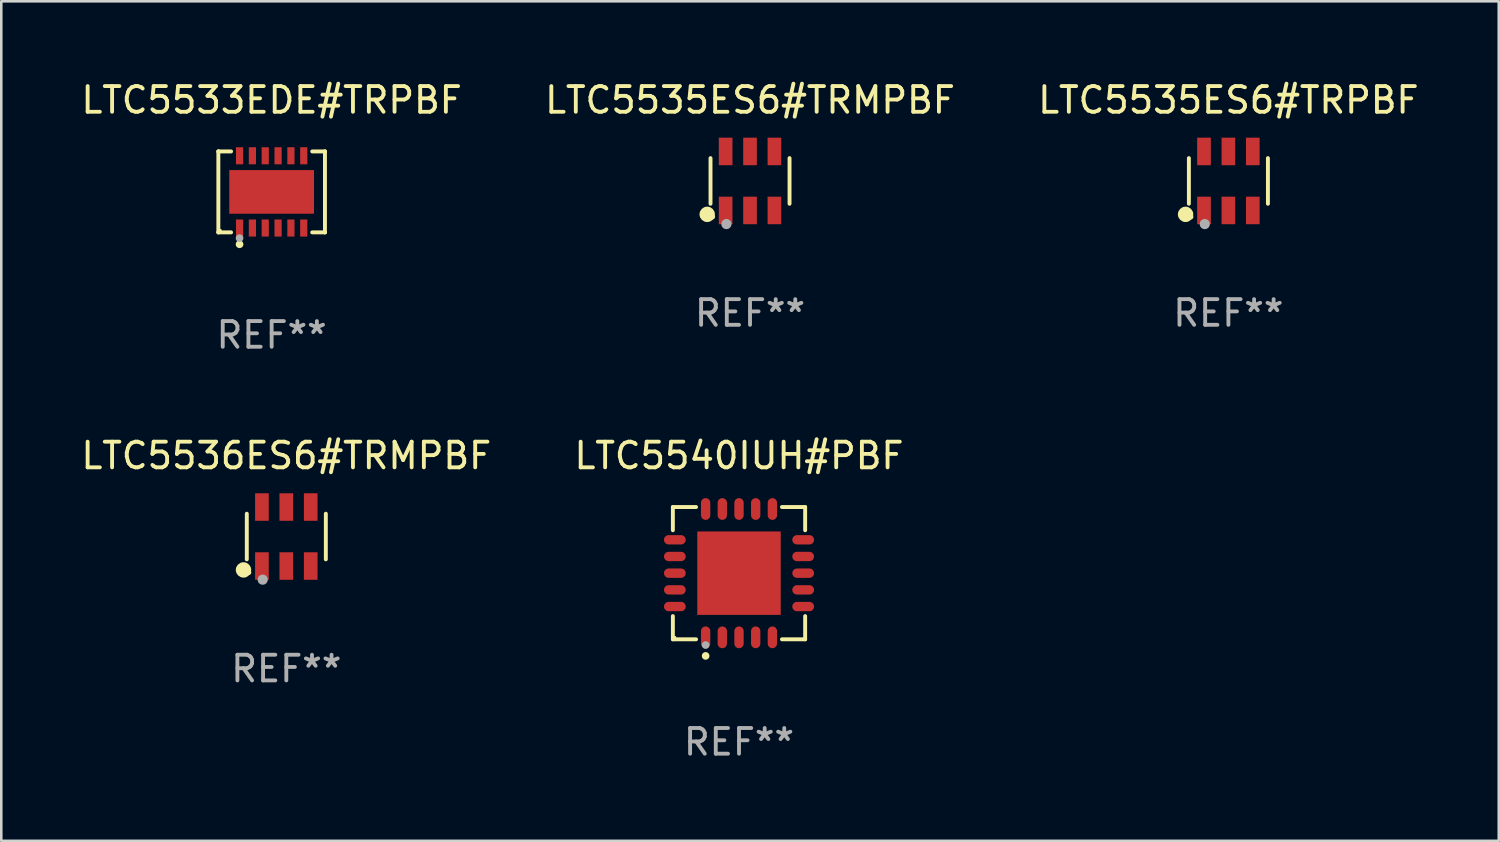
<source format=kicad_pcb>
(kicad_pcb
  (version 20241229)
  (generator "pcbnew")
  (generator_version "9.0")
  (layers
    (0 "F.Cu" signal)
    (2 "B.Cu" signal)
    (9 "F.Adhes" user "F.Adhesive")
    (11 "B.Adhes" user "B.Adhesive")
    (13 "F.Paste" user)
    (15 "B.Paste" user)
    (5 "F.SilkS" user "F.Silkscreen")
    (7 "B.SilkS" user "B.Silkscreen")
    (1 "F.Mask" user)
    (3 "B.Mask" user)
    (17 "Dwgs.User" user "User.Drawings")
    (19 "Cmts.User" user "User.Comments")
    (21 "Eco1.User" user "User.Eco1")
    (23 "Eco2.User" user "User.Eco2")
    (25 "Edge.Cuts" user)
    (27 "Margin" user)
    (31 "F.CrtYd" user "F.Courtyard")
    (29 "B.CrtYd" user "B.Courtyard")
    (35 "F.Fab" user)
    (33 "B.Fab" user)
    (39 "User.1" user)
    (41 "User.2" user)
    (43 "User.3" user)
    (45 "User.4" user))
  (footprint "LTC5540IUH#PBF"
    (layer "F.Cu")
    (at 25.732 19.273)
    (property "Reference" "LTC5540IUH#PBF" (at 0 -4.576 0) (layer "F.SilkS") (effects (font (size 1 1) (thickness 0.15))))
    (attr through_hole)
    (fp_line (start -2.576 -2.576) (end -1.672 -2.576) (stroke (width 0.152) (type solid)) (layer "F.SilkS"))
    (fp_line (start -2.576 -1.672) (end -2.576 -2.576) (stroke (width 0.152) (type solid)) (layer "F.SilkS"))
    (fp_line (start -2.576 1.672) (end -2.576 2.576) (stroke (width 0.152) (type solid)) (layer "F.SilkS"))
    (fp_line (start -2.576 2.576) (end -1.672 2.576) (stroke (width 0.152) (type solid)) (layer "F.SilkS"))
    (fp_line (start 2.576 -2.576) (end 1.672 -2.576) (stroke (width 0.152) (type solid)) (layer "F.SilkS"))
    (fp_line (start 2.576 -1.672) (end 2.576 -2.576) (stroke (width 0.152) (type solid)) (layer "F.SilkS"))
    (fp_line (start 2.576 1.672) (end 2.576 2.576) (stroke (width 0.152) (type solid)) (layer "F.SilkS"))
    (fp_line (start 2.576 2.576) (end 1.672 2.576) (stroke (width 0.152) (type solid)) (layer "F.SilkS"))
    (fp_circle (center -2.5 2.5) (end -2.47 2.5) (stroke (width 0.06) (type solid)) (fill no) (layer "F.SilkS"))
    (fp_circle (center -1.3 3.222) (end -1.225 3.222) (stroke (width 0.15) (type solid)) (fill no) (layer "F.SilkS"))
    (fp_circle (center -1.3 2.8) (end -1.225 2.8) (stroke (width 0.15) (type solid)) (fill no) (layer "F.Fab"))
    (fp_text user "REF**" (at 0 6.576 0) (layer "F.Fab") (effects (font (size 1 1) (thickness 0.15))))
    (pad "1" smd oval (at -1.3 2.499) (size 0.364 0.847) (layers "F.Cu" "F.Mask" "F.Paste"))
    (pad "2" smd oval (at -0.65 2.499) (size 0.364 0.847) (layers "F.Cu" "F.Mask" "F.Paste"))
    (pad "3" smd oval (at 0 2.499) (size 0.364 0.847) (layers "F.Cu" "F.Mask" "F.Paste"))
    (pad "4" smd oval (at 0.65 2.499) (size 0.364 0.847) (layers "F.Cu" "F.Mask" "F.Paste"))
    (pad "5" smd oval (at 1.3 2.499) (size 0.364 0.847) (layers "F.Cu" "F.Mask" "F.Paste"))
    (pad "6" smd oval (at 2.499 1.3) (size 0.847 0.364) (layers "F.Cu" "F.Mask" "F.Paste"))
    (pad "7" smd oval (at 2.499 0.65) (size 0.847 0.364) (layers "F.Cu" "F.Mask" "F.Paste"))
    (pad "8" smd oval (at 2.499 0) (size 0.847 0.364) (layers "F.Cu" "F.Mask" "F.Paste"))
    (pad "9" smd oval (at 2.499 -0.65) (size 0.847 0.364) (layers "F.Cu" "F.Mask" "F.Paste"))
    (pad "10" smd oval (at 2.499 -1.3) (size 0.847 0.364) (layers "F.Cu" "F.Mask" "F.Paste"))
    (pad "11" smd oval (at 1.3 -2.499) (size 0.364 0.847) (layers "F.Cu" "F.Mask" "F.Paste"))
    (pad "12" smd oval (at 0.65 -2.499) (size 0.364 0.847) (layers "F.Cu" "F.Mask" "F.Paste"))
    (pad "13" smd oval (at 0 -2.499) (size 0.364 0.847) (layers "F.Cu" "F.Mask" "F.Paste"))
    (pad "14" smd oval (at -0.65 -2.499) (size 0.364 0.847) (layers "F.Cu" "F.Mask" "F.Paste"))
    (pad "15" smd oval (at -1.3 -2.499) (size 0.364 0.847) (layers "F.Cu" "F.Mask" "F.Paste"))
    (pad "16" smd oval (at -2.499 -1.3) (size 0.847 0.364) (layers "F.Cu" "F.Mask" "F.Paste"))
    (pad "17" smd oval (at -2.499 -0.65) (size 0.847 0.364) (layers "F.Cu" "F.Mask" "F.Paste"))
    (pad "18" smd oval (at -2.499 0) (size 0.847 0.364) (layers "F.Cu" "F.Mask" "F.Paste"))
    (pad "19" smd oval (at -2.499 0.65) (size 0.847 0.364) (layers "F.Cu" "F.Mask" "F.Paste"))
    (pad "20" smd oval (at -2.499 1.3) (size 0.847 0.364) (layers "F.Cu" "F.Mask" "F.Paste"))
    (pad "21" smd rect (at 0 0) (size 3.25 3.25) (layers "F.Cu" "F.Mask" "F.Paste")))
  (footprint "LTC5533EDE#TRPBF"
    (layer "F.Cu")
    (at 7.53 4.424)
    (property "Reference" "LTC5533EDE#TRPBF" (at 0 -3.576 0) (layer "F.SilkS") (effects (font (size 1 1) (thickness 0.15))))
    (attr through_hole)
    (fp_line (start -2.076 -1.576) (end -2.076 -1.576) (stroke (width 0.152) (type solid)) (layer "F.SilkS"))
    (fp_line (start -2.076 -1.576) (end -1.58 -1.576) (stroke (width 0.152) (type solid)) (layer "F.SilkS"))
    (fp_line (start -2.076 1.576) (end -2.076 -1.576) (stroke (width 0.152) (type solid)) (layer "F.SilkS"))
    (fp_line (start -2.076 1.576) (end -2.076 1.576) (stroke (width 0.152) (type solid)) (layer "F.SilkS"))
    (fp_line (start -1.58 1.576) (end -2.076 1.576) (stroke (width 0.152) (type solid)) (layer "F.SilkS"))
    (fp_line (start 1.58 1.576) (end 2.076 1.576) (stroke (width 0.152) (type solid)) (layer "F.SilkS"))
    (fp_line (start 2.076 -1.576) (end 1.58 -1.576) (stroke (width 0.152) (type solid)) (layer "F.SilkS"))
    (fp_line (start 2.076 -1.576) (end 2.076 -1.576) (stroke (width 0.152) (type solid)) (layer "F.SilkS"))
    (fp_line (start 2.076 1.576) (end 2.076 -1.576) (stroke (width 0.152) (type solid)) (layer "F.SilkS"))
    (fp_line (start 2.076 1.576) (end 2.076 1.576) (stroke (width 0.152) (type solid)) (layer "F.SilkS"))
    (fp_circle (center -2 1.5) (end -1.97 1.5) (stroke (width 0.06) (type solid)) (fill no) (layer "F.SilkS"))
    (fp_circle (center -1.25 2.04) (end -1.175 2.04) (stroke (width 0.15) (type solid)) (fill no) (layer "F.SilkS"))
    (fp_circle (center -1.25 1.8) (end -1.175 1.8) (stroke (width 0.15) (type solid)) (fill no) (layer "F.Fab"))
    (fp_text user "REF**" (at 0 5.576 0) (layer "F.Fab") (effects (font (size 1 1) (thickness 0.15))))
    (pad "1" smd rect (at -1.25 1.407) (size 0.28 0.665) (layers "F.Cu" "F.Mask" "F.Paste"))
    (pad "2" smd rect (at -0.75 1.407) (size 0.28 0.665) (layers "F.Cu" "F.Mask" "F.Paste"))
    (pad "3" smd rect (at -0.25 1.407) (size 0.28 0.665) (layers "F.Cu" "F.Mask" "F.Paste"))
    (pad "4" smd rect (at 0.25 1.407) (size 0.28 0.665) (layers "F.Cu" "F.Mask" "F.Paste"))
    (pad "5" smd rect (at 0.75 1.407) (size 0.28 0.665) (layers "F.Cu" "F.Mask" "F.Paste"))
    (pad "6" smd rect (at 1.25 1.407) (size 0.28 0.665) (layers "F.Cu" "F.Mask" "F.Paste"))
    (pad "7" smd rect (at 1.25 -1.407) (size 0.28 0.665) (layers "F.Cu" "F.Mask" "F.Paste"))
    (pad "8" smd rect (at 0.75 -1.407) (size 0.28 0.665) (layers "F.Cu" "F.Mask" "F.Paste"))
    (pad "9" smd rect (at 0.25 -1.407) (size 0.28 0.665) (layers "F.Cu" "F.Mask" "F.Paste"))
    (pad "10" smd rect (at -0.25 -1.407) (size 0.28 0.665) (layers "F.Cu" "F.Mask" "F.Paste"))
    (pad "11" smd rect (at -0.75 -1.407) (size 0.28 0.665) (layers "F.Cu" "F.Mask" "F.Paste"))
    (pad "12" smd rect (at -1.25 -1.407) (size 0.28 0.665) (layers "F.Cu" "F.Mask" "F.Paste"))
    (pad "13" smd rect (at 0 0) (size 3.3 1.7) (layers "F.Cu" "F.Mask" "F.Paste")))
  (footprint "LTC5535ES6#TRPBF"
    (layer "F.Cu")
    (at 44.792 3.997)
    (property "Reference" "LTC5535ES6#TRPBF" (at 0 -3.149 0) (layer "F.SilkS") (effects (font (size 1 1) (thickness 0.15))))
    (attr through_hole)
    (fp_line (start -1.539 0.889) (end -1.539 -0.889) (stroke (width 0.152) (type solid)) (layer "F.SilkS"))
    (fp_line (start 1.539 0.889) (end 1.539 -0.889) (stroke (width 0.152) (type solid)) (layer "F.SilkS"))
    (fp_circle (center -1.668 1.301) (end -1.518 1.301) (stroke (width 0.3) (type solid)) (fill no) (layer "F.SilkS"))
    (fp_circle (center -1.463 1.4) (end -1.413 1.4) (stroke (width 0.1) (type solid)) (fill no) (layer "F.SilkS"))
    (fp_circle (center -0.92 1.68) (end -0.82 1.68) (stroke (width 0.2) (type solid)) (fill no) (layer "F.Fab"))
    (fp_text user "REF**" (at 0 5.149 0) (layer "F.Fab") (effects (font (size 1 1) (thickness 0.15))))
    (pad "1" smd rect (at -0.95 1.149) (size 0.532 1.072) (layers "F.Cu" "F.Mask" "F.Paste"))
    (pad "2" smd rect (at 0 1.149) (size 0.532 1.072) (layers "F.Cu" "F.Mask" "F.Paste"))
    (pad "3" smd rect (at 0.95 1.149) (size 0.532 1.072) (layers "F.Cu" "F.Mask" "F.Paste"))
    (pad "4" smd rect (at 0.95 -1.149) (size 0.532 1.072) (layers "F.Cu" "F.Mask" "F.Paste"))
    (pad "5" smd rect (at 0 -1.149) (size 0.532 1.072) (layers "F.Cu" "F.Mask" "F.Paste"))
    (pad "6" smd rect (at -0.95 -1.149) (size 0.532 1.072) (layers "F.Cu" "F.Mask" "F.Paste")))
  (footprint "LTC5535ES6#TRMPBF"
    (layer "F.Cu")
    (at 26.161 3.997)
    (property "Reference" "LTC5535ES6#TRMPBF" (at 0 -3.149 0) (layer "F.SilkS") (effects (font (size 1 1) (thickness 0.15))))
    (attr through_hole)
    (fp_line (start -1.539 0.889) (end -1.539 -0.889) (stroke (width 0.152) (type solid)) (layer "F.SilkS"))
    (fp_line (start 1.539 0.889) (end 1.539 -0.889) (stroke (width 0.152) (type solid)) (layer "F.SilkS"))
    (fp_circle (center -1.668 1.301) (end -1.518 1.301) (stroke (width 0.3) (type solid)) (fill no) (layer "F.SilkS"))
    (fp_circle (center -1.463 1.4) (end -1.413 1.4) (stroke (width 0.1) (type solid)) (fill no) (layer "F.SilkS"))
    (fp_circle (center -0.92 1.68) (end -0.82 1.68) (stroke (width 0.2) (type solid)) (fill no) (layer "F.Fab"))
    (fp_text user "REF**" (at 0 5.149 0) (layer "F.Fab") (effects (font (size 1 1) (thickness 0.15))))
    (pad "1" smd rect (at -0.95 1.149) (size 0.532 1.072) (layers "F.Cu" "F.Mask" "F.Paste"))
    (pad "2" smd rect (at 0 1.149) (size 0.532 1.072) (layers "F.Cu" "F.Mask" "F.Paste"))
    (pad "3" smd rect (at 0.95 1.149) (size 0.532 1.072) (layers "F.Cu" "F.Mask" "F.Paste"))
    (pad "4" smd rect (at 0.95 -1.149) (size 0.532 1.072) (layers "F.Cu" "F.Mask" "F.Paste"))
    (pad "5" smd rect (at 0 -1.149) (size 0.532 1.072) (layers "F.Cu" "F.Mask" "F.Paste"))
    (pad "6" smd rect (at -0.95 -1.149) (size 0.532 1.072) (layers "F.Cu" "F.Mask" "F.Paste")))
  (footprint "LTC5536ES6#TRMPBF"
    (layer "F.Cu")
    (at 8.101 17.846)
    (property "Reference" "LTC5536ES6#TRMPBF" (at 0 -3.149 0) (layer "F.SilkS") (effects (font (size 1 1) (thickness 0.15))))
    (attr through_hole)
    (fp_line (start -1.539 0.889) (end -1.539 -0.889) (stroke (width 0.152) (type solid)) (layer "F.SilkS"))
    (fp_line (start 1.539 0.889) (end 1.539 -0.889) (stroke (width 0.152) (type solid)) (layer "F.SilkS"))
    (fp_circle (center -1.668 1.301) (end -1.518 1.301) (stroke (width 0.3) (type solid)) (fill no) (layer "F.SilkS"))
    (fp_circle (center -1.463 1.4) (end -1.413 1.4) (stroke (width 0.1) (type solid)) (fill no) (layer "F.SilkS"))
    (fp_circle (center -0.92 1.68) (end -0.82 1.68) (stroke (width 0.2) (type solid)) (fill no) (layer "F.Fab"))
    (fp_text user "REF**" (at 0 5.149 0) (layer "F.Fab") (effects (font (size 1 1) (thickness 0.15))))
    (pad "1" smd rect (at -0.95 1.149) (size 0.532 1.072) (layers "F.Cu" "F.Mask" "F.Paste"))
    (pad "2" smd rect (at 0 1.149) (size 0.532 1.072) (layers "F.Cu" "F.Mask" "F.Paste"))
    (pad "3" smd rect (at 0.95 1.149) (size 0.532 1.072) (layers "F.Cu" "F.Mask" "F.Paste"))
    (pad "4" smd rect (at 0.95 -1.149) (size 0.532 1.072) (layers "F.Cu" "F.Mask" "F.Paste"))
    (pad "5" smd rect (at 0 -1.149) (size 0.532 1.072) (layers "F.Cu" "F.Mask" "F.Paste"))
    (pad "6" smd rect (at -0.95 -1.149) (size 0.532 1.072) (layers "F.Cu" "F.Mask" "F.Paste")))
  (gr_rect
    (start -3 -3)
    (end 55.321 29.698)
    (stroke (width 0.1) (type default))
    (fill no)
    (layer "Edge.Cuts")))
</source>
